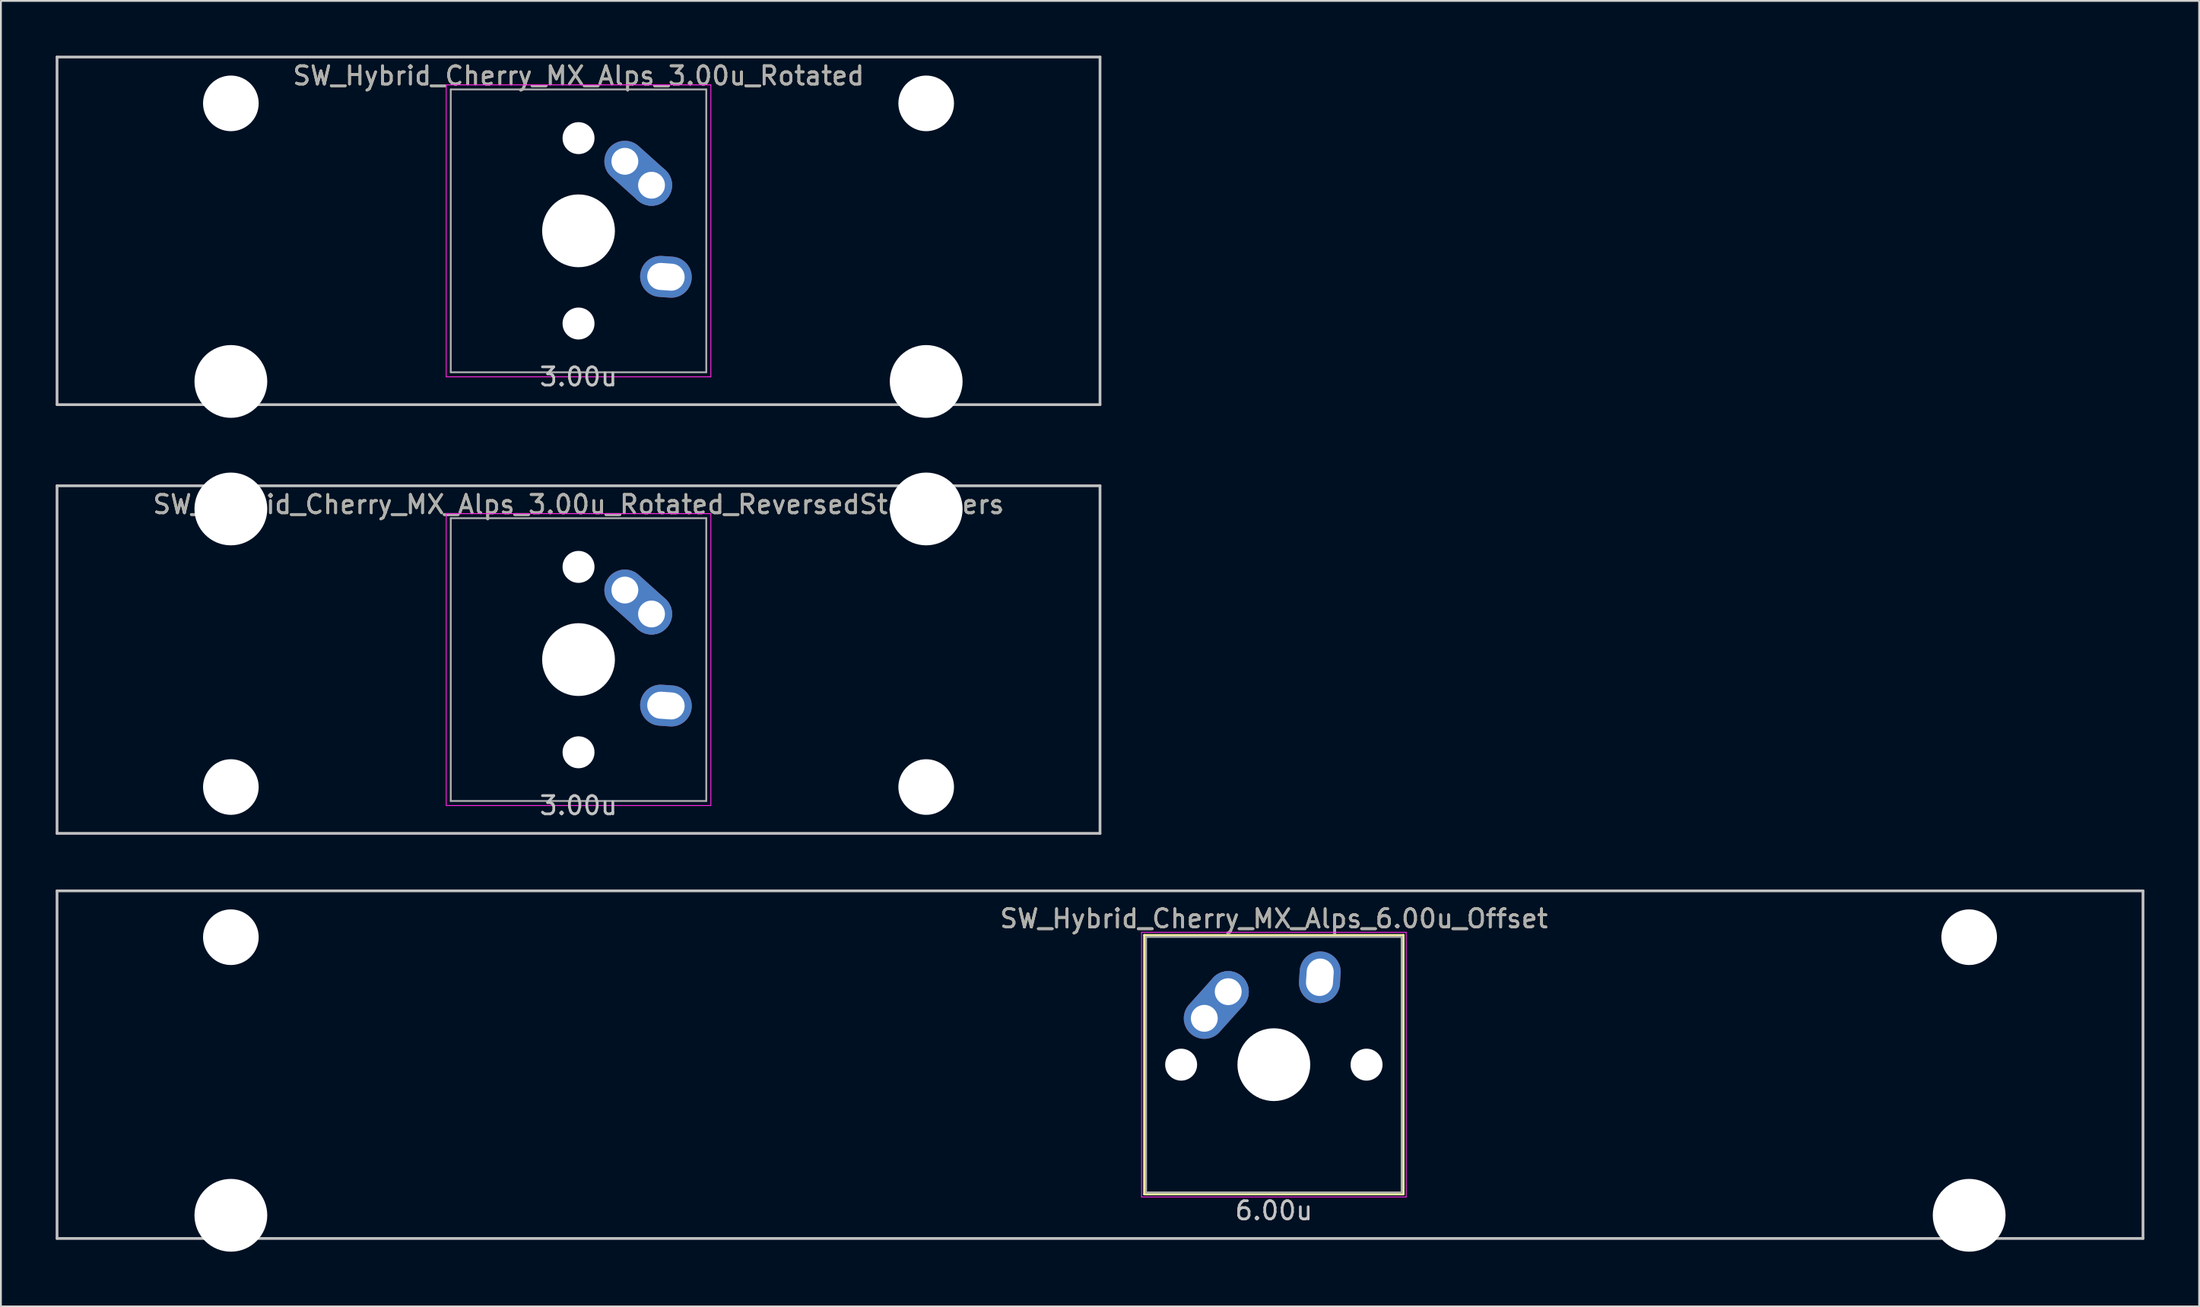
<source format=kicad_pcb>
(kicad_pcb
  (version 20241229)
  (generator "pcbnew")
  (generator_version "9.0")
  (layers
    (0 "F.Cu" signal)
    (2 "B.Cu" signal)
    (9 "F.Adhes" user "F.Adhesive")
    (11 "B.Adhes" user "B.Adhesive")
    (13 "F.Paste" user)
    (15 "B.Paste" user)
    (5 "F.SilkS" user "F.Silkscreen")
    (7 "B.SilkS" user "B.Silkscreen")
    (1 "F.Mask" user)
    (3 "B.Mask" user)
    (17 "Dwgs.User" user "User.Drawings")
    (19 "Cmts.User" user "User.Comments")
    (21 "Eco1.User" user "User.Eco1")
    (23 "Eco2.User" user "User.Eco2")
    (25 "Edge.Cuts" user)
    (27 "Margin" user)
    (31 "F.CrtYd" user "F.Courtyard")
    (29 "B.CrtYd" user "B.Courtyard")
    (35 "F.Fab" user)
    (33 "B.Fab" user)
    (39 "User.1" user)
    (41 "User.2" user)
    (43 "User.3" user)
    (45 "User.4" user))
  (footprint "SW_Hybrid_Cherry_MX_Alps_3.00u_Rotated_ReversedStabilizers"
    (layer "F.Cu")
    (at 28.65 33.098)
    (property "Reference" "SW_Hybrid_Cherry_MX_Alps_3.00u_Rotated_ReversedStabilizers" (at 0 -8.5 0) (layer "F.SilkS") (effects (font (size 1 1) (thickness 0.15))))
    (attr through_hole)
    (fp_line (start -28.575 -9.525) (end 28.575 -9.525) (stroke (width 0.15) (type solid)) (layer "Dwgs.User"))
    (fp_line (start -28.575 9.525) (end -28.575 -9.525) (stroke (width 0.15) (type solid)) (layer "Dwgs.User"))
    (fp_line (start -28.575 9.525) (end 28.575 9.525) (stroke (width 0.15) (type solid)) (layer "Dwgs.User"))
    (fp_line (start 28.575 -9.525) (end 28.575 9.525) (stroke (width 0.15) (type solid)) (layer "Dwgs.User"))
    (fp_line (start -7.25 -8) (end 7.25 -8) (stroke (width 0.05) (type solid)) (layer "F.CrtYd"))
    (fp_line (start -7.25 8) (end -7.25 -8) (stroke (width 0.05) (type solid)) (layer "F.CrtYd"))
    (fp_line (start 7.25 -8) (end 7.25 8) (stroke (width 0.05) (type solid)) (layer "F.CrtYd"))
    (fp_line (start 7.25 8) (end -7.25 8) (stroke (width 0.05) (type solid)) (layer "F.CrtYd"))
    (fp_line (start -7 -7.75) (end 7 -7.75) (stroke (width 0.1) (type solid)) (layer "F.Fab"))
    (fp_line (start -7 7.75) (end -7 -7.75) (stroke (width 0.1) (type solid)) (layer "F.Fab"))
    (fp_line (start 7 -7.75) (end 7 7.75) (stroke (width 0.1) (type solid)) (layer "F.Fab"))
    (fp_line (start 7 7.75) (end -7 7.75) (stroke (width 0.1) (type solid)) (layer "F.Fab"))
    (fp_text user "3.00u" (at 0 8 0) (layer "Dwgs.User") (effects (font (size 1 1) (thickness 0.15))))
    (fp_text user "${REFERENCE}" (at 0 -8.5 0) (layer "F.Fab") (effects (font (size 1 1) (thickness 0.15))))
    (pad "" np_thru_hole circle (at -19.05 -8.255) (size 3.988 3.988) (drill 3.988) (layers "*.Cu" "*.Mask"))
    (pad "" np_thru_hole circle (at -19.05 6.985) (size 3.048 3.048) (drill 3.048) (layers "*.Cu" "*.Mask"))
    (pad "" np_thru_hole circle (at 0 -5.08 318.1) (size 1.75 1.75) (drill 1.75) (layers "*.Cu" "*.Mask"))
    (pad "" np_thru_hole circle (at 0 0 270) (size 3.988 3.988) (drill 3.988) (layers "*.Cu" "*.Mask"))
    (pad "" np_thru_hole circle (at 0 5.08 318.1) (size 1.75 1.75) (drill 1.75) (layers "*.Cu" "*.Mask"))
    (pad "" np_thru_hole circle (at 19.05 -8.255) (size 3.988 3.988) (drill 3.988) (layers "*.Cu" "*.Mask"))
    (pad "" np_thru_hole circle (at 19.05 6.985) (size 3.048 3.048) (drill 3.048) (layers "*.Cu" "*.Mask"))
    (pad "1" thru_hole oval (at 2.54 -3.81 318.1) (size 4.212 2.25) (drill 1.47 (offset 0.981 0)) (layers "*.Cu" "B.Mask"))
    (pad "1" thru_hole circle (at 4 -2.5 270) (size 2.25 2.25) (drill 1.47) (layers "*.Cu" "B.Mask"))
    (pad "2" thru_hole oval (at 4.79 2.52 356) (size 2.831 2.25) (drill oval 2.051 1.48) (layers "*.Cu" "B.Mask")))
  (footprint "SW_Hybrid_Cherry_MX_Alps_6.00u_Offset"
    (layer "F.Cu")
    (at 57.225 55.298)
    (property "Reference" "SW_Hybrid_Cherry_MX_Alps_6.00u_Offset" (at 9.525 -8 0) (layer "F.SilkS") (effects (font (size 1 1) (thickness 0.15))))
    (attr through_hole)
    (fp_line (start 2.425 -7.1) (end 16.625 -7.1) (stroke (width 0.12) (type solid)) (layer "F.SilkS"))
    (fp_line (start 2.425 7.1) (end 2.425 -7.1) (stroke (width 0.12) (type solid)) (layer "F.SilkS"))
    (fp_line (start 16.625 -7.1) (end 16.625 7.1) (stroke (width 0.12) (type solid)) (layer "F.SilkS"))
    (fp_line (start 16.625 7.1) (end 2.425 7.1) (stroke (width 0.12) (type solid)) (layer "F.SilkS"))
    (fp_line (start -57.15 -9.525) (end 57.15 -9.525) (stroke (width 0.15) (type solid)) (layer "Dwgs.User"))
    (fp_line (start -57.15 9.525) (end -57.15 -9.525) (stroke (width 0.15) (type solid)) (layer "Dwgs.User"))
    (fp_line (start -57.15 9.525) (end 57.15 9.525) (stroke (width 0.15) (type solid)) (layer "Dwgs.User"))
    (fp_line (start 57.15 -9.525) (end 57.15 9.525) (stroke (width 0.15) (type solid)) (layer "Dwgs.User"))
    (fp_line (start 2.275 -7.25) (end 16.775 -7.25) (stroke (width 0.05) (type solid)) (layer "F.CrtYd"))
    (fp_line (start 2.275 7.25) (end 2.275 -7.25) (stroke (width 0.05) (type solid)) (layer "F.CrtYd"))
    (fp_line (start 16.775 -7.25) (end 16.775 7.25) (stroke (width 0.05) (type solid)) (layer "F.CrtYd"))
    (fp_line (start 16.775 7.25) (end 2.275 7.25) (stroke (width 0.05) (type solid)) (layer "F.CrtYd"))
    (fp_line (start 2.525 -7) (end 16.525 -7) (stroke (width 0.1) (type solid)) (layer "F.Fab"))
    (fp_line (start 2.525 7) (end 2.525 -7) (stroke (width 0.1) (type solid)) (layer "F.Fab"))
    (fp_line (start 16.525 -7) (end 16.525 7) (stroke (width 0.1) (type solid)) (layer "F.Fab"))
    (fp_line (start 16.525 7) (end 2.525 7) (stroke (width 0.1) (type solid)) (layer "F.Fab"))
    (fp_text user "6.00u" (at 9.525 8 0) (layer "Dwgs.User") (effects (font (size 1 1) (thickness 0.15))))
    (fp_text user "${REFERENCE}" (at 9.525 -8 0) (layer "F.Fab") (effects (font (size 1 1) (thickness 0.15))))
    (pad "" np_thru_hole circle (at -47.625 -6.985) (size 3.048 3.048) (drill 3.048) (layers "*.Cu" "*.Mask"))
    (pad "" np_thru_hole circle (at -47.625 8.255) (size 3.988 3.988) (drill 3.988) (layers "*.Cu" "*.Mask"))
    (pad "" np_thru_hole circle (at 4.445 0 48.1) (size 1.75 1.75) (drill 1.75) (layers "*.Cu" "*.Mask"))
    (pad "" np_thru_hole circle (at 9.525 0) (size 3.988 3.988) (drill 3.988) (layers "*.Cu" "*.Mask"))
    (pad "" np_thru_hole circle (at 14.605 0 48.1) (size 1.75 1.75) (drill 1.75) (layers "*.Cu" "*.Mask"))
    (pad "" np_thru_hole circle (at 47.625 -6.985) (size 3.048 3.048) (drill 3.048) (layers "*.Cu" "*.Mask"))
    (pad "" np_thru_hole circle (at 47.625 8.255) (size 3.988 3.988) (drill 3.988) (layers "*.Cu" "*.Mask"))
    (pad "1" thru_hole oval (at 5.715 -2.54 48.1) (size 4.212 2.25) (drill 1.47 (offset 0.981 0)) (layers "*.Cu" "*.Mask"))
    (pad "1" thru_hole circle (at 7.025 -4) (size 2.25 2.25) (drill 1.47) (layers "*.Cu" "*.Mask"))
    (pad "2" thru_hole oval (at 12.045 -4.79 86) (size 2.831 2.25) (drill oval 2.051 1.48) (layers "*.Cu" "*.Mask")))
  (footprint "SW_Hybrid_Cherry_MX_Alps_3.00u_Rotated"
    (layer "F.Cu")
    (at 28.65 9.6)
    (property "Reference" "SW_Hybrid_Cherry_MX_Alps_3.00u_Rotated" (at 0 -8.5 0) (layer "F.SilkS") (effects (font (size 1 1) (thickness 0.15))))
    (attr through_hole)
    (fp_line (start -28.575 -9.525) (end 28.575 -9.525) (stroke (width 0.15) (type solid)) (layer "Dwgs.User"))
    (fp_line (start -28.575 9.525) (end -28.575 -9.525) (stroke (width 0.15) (type solid)) (layer "Dwgs.User"))
    (fp_line (start -28.575 9.525) (end 28.575 9.525) (stroke (width 0.15) (type solid)) (layer "Dwgs.User"))
    (fp_line (start 28.575 -9.525) (end 28.575 9.525) (stroke (width 0.15) (type solid)) (layer "Dwgs.User"))
    (fp_line (start -7.25 -8) (end 7.25 -8) (stroke (width 0.05) (type solid)) (layer "F.CrtYd"))
    (fp_line (start -7.25 8) (end -7.25 -8) (stroke (width 0.05) (type solid)) (layer "F.CrtYd"))
    (fp_line (start 7.25 -8) (end 7.25 8) (stroke (width 0.05) (type solid)) (layer "F.CrtYd"))
    (fp_line (start 7.25 8) (end -7.25 8) (stroke (width 0.05) (type solid)) (layer "F.CrtYd"))
    (fp_line (start -7 -7.75) (end 7 -7.75) (stroke (width 0.1) (type solid)) (layer "F.Fab"))
    (fp_line (start -7 7.75) (end -7 -7.75) (stroke (width 0.1) (type solid)) (layer "F.Fab"))
    (fp_line (start 7 -7.75) (end 7 7.75) (stroke (width 0.1) (type solid)) (layer "F.Fab"))
    (fp_line (start 7 7.75) (end -7 7.75) (stroke (width 0.1) (type solid)) (layer "F.Fab"))
    (fp_text user "3.00u" (at 0 8 0) (layer "Dwgs.User") (effects (font (size 1 1) (thickness 0.15))))
    (fp_text user "${REFERENCE}" (at 0 -8.5 0) (layer "F.Fab") (effects (font (size 1 1) (thickness 0.15))))
    (pad "" np_thru_hole circle (at -19.05 -6.985) (size 3.048 3.048) (drill 3.048) (layers "*.Cu" "*.Mask"))
    (pad "" np_thru_hole circle (at -19.05 8.255) (size 3.988 3.988) (drill 3.988) (layers "*.Cu" "*.Mask"))
    (pad "" np_thru_hole circle (at 0 -5.08 318.1) (size 1.75 1.75) (drill 1.75) (layers "*.Cu" "*.Mask"))
    (pad "" np_thru_hole circle (at 0 0 270) (size 3.988 3.988) (drill 3.988) (layers "*.Cu" "*.Mask"))
    (pad "" np_thru_hole circle (at 0 5.08 318.1) (size 1.75 1.75) (drill 1.75) (layers "*.Cu" "*.Mask"))
    (pad "" np_thru_hole circle (at 19.05 -6.985) (size 3.048 3.048) (drill 3.048) (layers "*.Cu" "*.Mask"))
    (pad "" np_thru_hole circle (at 19.05 8.255) (size 3.988 3.988) (drill 3.988) (layers "*.Cu" "*.Mask"))
    (pad "1" thru_hole oval (at 2.54 -3.81 318.1) (size 4.212 2.25) (drill 1.47 (offset 0.981 0)) (layers "*.Cu" "B.Mask"))
    (pad "1" thru_hole circle (at 4 -2.5 270) (size 2.25 2.25) (drill 1.47) (layers "*.Cu" "B.Mask"))
    (pad "2" thru_hole oval (at 4.79 2.52 356) (size 2.831 2.25) (drill oval 2.051 1.48) (layers "*.Cu" "B.Mask")))
  (gr_rect
    (start -3 -3)
    (end 117.45 68.547)
    (stroke (width 0.1) (type default))
    (fill no)
    (layer "Edge.Cuts")))
</source>
